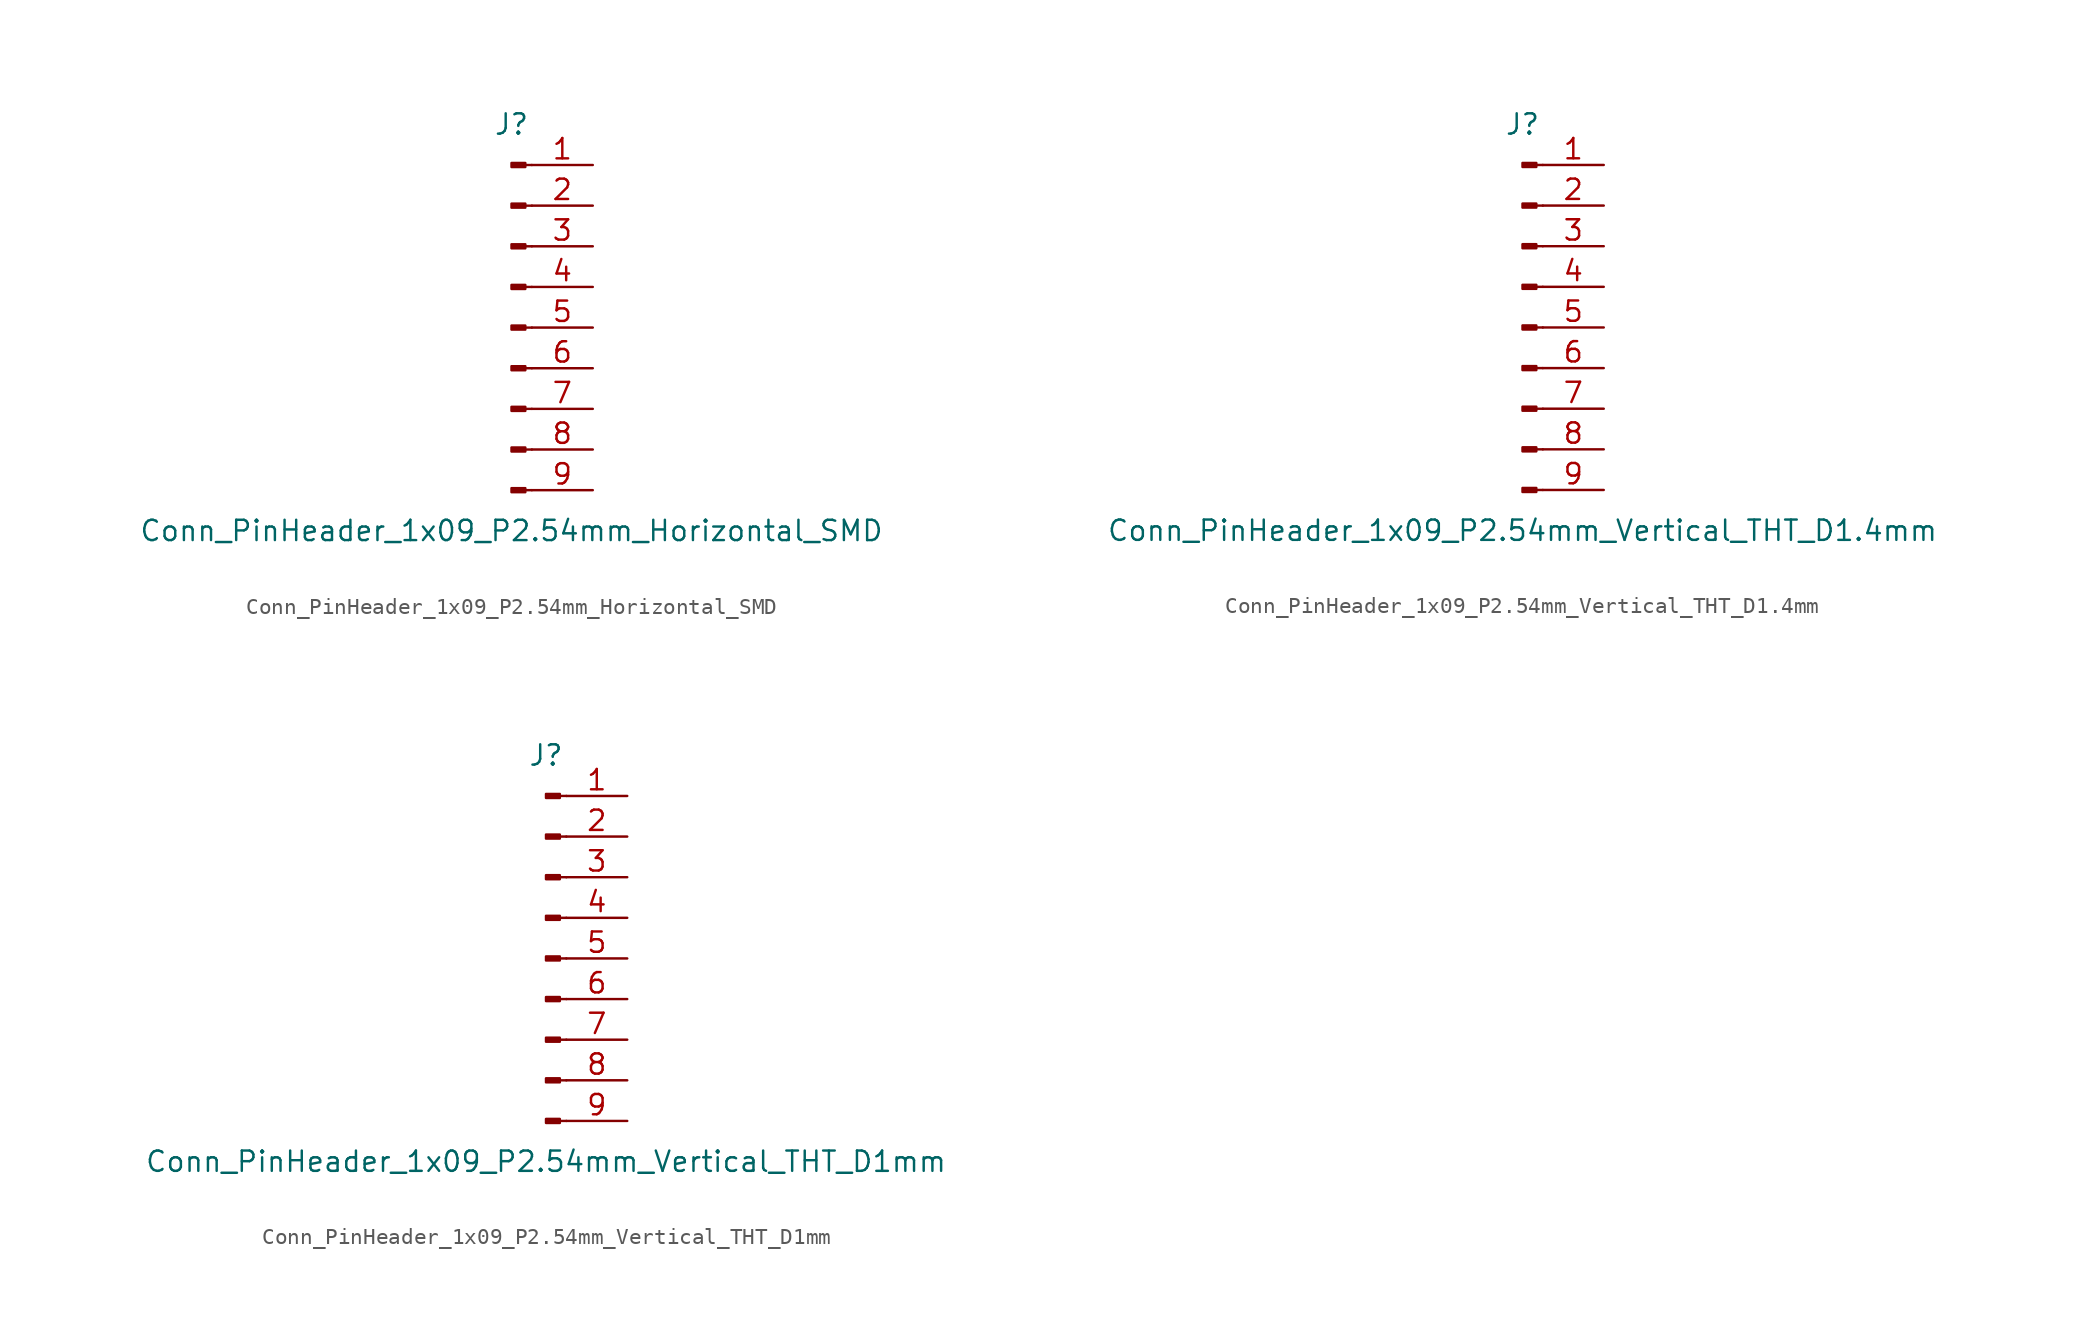
<source format=kicad_sym>
(kicad_symbol_lib
  (version 20211014)
  (generator kicad_symbol_editor)
  (symbol "Conn_PinHeader_1x09_P2.54mm_Horizontal_SMD"
    (pin_names
      (offset 1.016) hide)
    (property "Reference" "J"
      (at 0 12.7 0)
      (effects (font (size 1.27 1.27))))
    (property "Value" "Conn_PinHeader_1x09_P2.54mm_Horizontal_SMD"
      (at 0 -12.7 0)
      (effects (font (size 1.27 1.27))))
    (symbol "Conn_PinHeader_1x09_P2.54mm_Horizontal_SMD_1_1"
      (polyline (pts (xy 1.27 -10.16) (xy 0.864 -10.16)) (stroke (width 0.152) (type default) (color 0 0 0 0)) (fill (type none)))
      (polyline (pts (xy 1.27 -7.62) (xy 0.864 -7.62)) (stroke (width 0.152) (type default) (color 0 0 0 0)) (fill (type none)))
      (polyline (pts (xy 1.27 -5.08) (xy 0.864 -5.08)) (stroke (width 0.152) (type default) (color 0 0 0 0)) (fill (type none)))
      (polyline (pts (xy 1.27 -2.54) (xy 0.864 -2.54)) (stroke (width 0.152) (type default) (color 0 0 0 0)) (fill (type none)))
      (polyline (pts (xy 1.27 0) (xy 0.864 0)) (stroke (width 0.152) (type default) (color 0 0 0 0)) (fill (type none)))
      (polyline (pts (xy 1.27 2.54) (xy 0.864 2.54)) (stroke (width 0.152) (type default) (color 0 0 0 0)) (fill (type none)))
      (polyline (pts (xy 1.27 5.08) (xy 0.864 5.08)) (stroke (width 0.152) (type default) (color 0 0 0 0)) (fill (type none)))
      (polyline (pts (xy 1.27 7.62) (xy 0.864 7.62)) (stroke (width 0.152) (type default) (color 0 0 0 0)) (fill (type none)))
      (polyline (pts (xy 1.27 10.16) (xy 0.864 10.16)) (stroke (width 0.152) (type default) (color 0 0 0 0)) (fill (type none)))
      (rectangle (start 0.864 -10.033) (end 0 -10.287) (stroke (width 0.152) (type default) (color 0 0 0 0)) (fill (type outline)))
      (rectangle (start 0.864 -7.493) (end 0 -7.747) (stroke (width 0.152) (type default) (color 0 0 0 0)) (fill (type outline)))
      (rectangle (start 0.864 -4.953) (end 0 -5.207) (stroke (width 0.152) (type default) (color 0 0 0 0)) (fill (type outline)))
      (rectangle (start 0.864 -2.413) (end 0 -2.667) (stroke (width 0.152) (type default) (color 0 0 0 0)) (fill (type outline)))
      (rectangle (start 0.864 0.127) (end 0 -0.127) (stroke (width 0.152) (type default) (color 0 0 0 0)) (fill (type outline)))
      (rectangle (start 0.864 2.667) (end 0 2.413) (stroke (width 0.152) (type default) (color 0 0 0 0)) (fill (type outline)))
      (rectangle (start 0.864 5.207) (end 0 4.953) (stroke (width 0.152) (type default) (color 0 0 0 0)) (fill (type outline)))
      (rectangle (start 0.864 7.747) (end 0 7.493) (stroke (width 0.152) (type default) (color 0 0 0 0)) (fill (type outline)))
      (rectangle (start 0.864 10.287) (end 0 10.033) (stroke (width 0.152) (type default) (color 0 0 0 0)) (fill (type outline)))
      (pin passive line (at 5.08 10.16 180) (length 3.81) (name "Pin_1" (effects (font (size 1.27 1.27)))) (number "1" (effects (font (size 1.27 1.27)))))
      (pin passive line (at 5.08 7.62 180) (length 3.81) (name "Pin_2" (effects (font (size 1.27 1.27)))) (number "2" (effects (font (size 1.27 1.27)))))
      (pin passive line (at 5.08 5.08 180) (length 3.81) (name "Pin_3" (effects (font (size 1.27 1.27)))) (number "3" (effects (font (size 1.27 1.27)))))
      (pin passive line (at 5.08 2.54 180) (length 3.81) (name "Pin_4" (effects (font (size 1.27 1.27)))) (number "4" (effects (font (size 1.27 1.27)))))
      (pin passive line (at 5.08 0 180) (length 3.81) (name "Pin_5" (effects (font (size 1.27 1.27)))) (number "5" (effects (font (size 1.27 1.27)))))
      (pin passive line (at 5.08 -2.54 180) (length 3.81) (name "Pin_6" (effects (font (size 1.27 1.27)))) (number "6" (effects (font (size 1.27 1.27)))))
      (pin passive line (at 5.08 -5.08 180) (length 3.81) (name "Pin_7" (effects (font (size 1.27 1.27)))) (number "7" (effects (font (size 1.27 1.27)))))
      (pin passive line (at 5.08 -7.62 180) (length 3.81) (name "Pin_8" (effects (font (size 1.27 1.27)))) (number "8" (effects (font (size 1.27 1.27)))))
      (pin passive line (at 5.08 -10.16 180) (length 3.81) (name "Pin_9" (effects (font (size 1.27 1.27)))) (number "9" (effects (font (size 1.27 1.27)))))))
  (symbol "Conn_PinHeader_1x09_P2.54mm_Vertical_THT_D1.4mm"
    (pin_names
      (offset 1.016) hide)
    (property "Reference" "J"
      (at 0 12.7 0)
      (effects (font (size 1.27 1.27))))
    (property "Value" "Conn_PinHeader_1x09_P2.54mm_Vertical_THT_D1.4mm"
      (at 0 -12.7 0)
      (effects (font (size 1.27 1.27))))
    (symbol "Conn_PinHeader_1x09_P2.54mm_Vertical_THT_D1.4mm_1_1"
      (polyline (pts (xy 1.27 -10.16) (xy 0.864 -10.16)) (stroke (width 0.152) (type default) (color 0 0 0 0)) (fill (type none)))
      (polyline (pts (xy 1.27 -7.62) (xy 0.864 -7.62)) (stroke (width 0.152) (type default) (color 0 0 0 0)) (fill (type none)))
      (polyline (pts (xy 1.27 -5.08) (xy 0.864 -5.08)) (stroke (width 0.152) (type default) (color 0 0 0 0)) (fill (type none)))
      (polyline (pts (xy 1.27 -2.54) (xy 0.864 -2.54)) (stroke (width 0.152) (type default) (color 0 0 0 0)) (fill (type none)))
      (polyline (pts (xy 1.27 0) (xy 0.864 0)) (stroke (width 0.152) (type default) (color 0 0 0 0)) (fill (type none)))
      (polyline (pts (xy 1.27 2.54) (xy 0.864 2.54)) (stroke (width 0.152) (type default) (color 0 0 0 0)) (fill (type none)))
      (polyline (pts (xy 1.27 5.08) (xy 0.864 5.08)) (stroke (width 0.152) (type default) (color 0 0 0 0)) (fill (type none)))
      (polyline (pts (xy 1.27 7.62) (xy 0.864 7.62)) (stroke (width 0.152) (type default) (color 0 0 0 0)) (fill (type none)))
      (polyline (pts (xy 1.27 10.16) (xy 0.864 10.16)) (stroke (width 0.152) (type default) (color 0 0 0 0)) (fill (type none)))
      (rectangle (start 0.864 -10.033) (end 0 -10.287) (stroke (width 0.152) (type default) (color 0 0 0 0)) (fill (type outline)))
      (rectangle (start 0.864 -7.493) (end 0 -7.747) (stroke (width 0.152) (type default) (color 0 0 0 0)) (fill (type outline)))
      (rectangle (start 0.864 -4.953) (end 0 -5.207) (stroke (width 0.152) (type default) (color 0 0 0 0)) (fill (type outline)))
      (rectangle (start 0.864 -2.413) (end 0 -2.667) (stroke (width 0.152) (type default) (color 0 0 0 0)) (fill (type outline)))
      (rectangle (start 0.864 0.127) (end 0 -0.127) (stroke (width 0.152) (type default) (color 0 0 0 0)) (fill (type outline)))
      (rectangle (start 0.864 2.667) (end 0 2.413) (stroke (width 0.152) (type default) (color 0 0 0 0)) (fill (type outline)))
      (rectangle (start 0.864 5.207) (end 0 4.953) (stroke (width 0.152) (type default) (color 0 0 0 0)) (fill (type outline)))
      (rectangle (start 0.864 7.747) (end 0 7.493) (stroke (width 0.152) (type default) (color 0 0 0 0)) (fill (type outline)))
      (rectangle (start 0.864 10.287) (end 0 10.033) (stroke (width 0.152) (type default) (color 0 0 0 0)) (fill (type outline)))
      (pin passive line (at 5.08 10.16 180) (length 3.81) (name "Pin_1" (effects (font (size 1.27 1.27)))) (number "1" (effects (font (size 1.27 1.27)))))
      (pin passive line (at 5.08 7.62 180) (length 3.81) (name "Pin_2" (effects (font (size 1.27 1.27)))) (number "2" (effects (font (size 1.27 1.27)))))
      (pin passive line (at 5.08 5.08 180) (length 3.81) (name "Pin_3" (effects (font (size 1.27 1.27)))) (number "3" (effects (font (size 1.27 1.27)))))
      (pin passive line (at 5.08 2.54 180) (length 3.81) (name "Pin_4" (effects (font (size 1.27 1.27)))) (number "4" (effects (font (size 1.27 1.27)))))
      (pin passive line (at 5.08 0 180) (length 3.81) (name "Pin_5" (effects (font (size 1.27 1.27)))) (number "5" (effects (font (size 1.27 1.27)))))
      (pin passive line (at 5.08 -2.54 180) (length 3.81) (name "Pin_6" (effects (font (size 1.27 1.27)))) (number "6" (effects (font (size 1.27 1.27)))))
      (pin passive line (at 5.08 -5.08 180) (length 3.81) (name "Pin_7" (effects (font (size 1.27 1.27)))) (number "7" (effects (font (size 1.27 1.27)))))
      (pin passive line (at 5.08 -7.62 180) (length 3.81) (name "Pin_8" (effects (font (size 1.27 1.27)))) (number "8" (effects (font (size 1.27 1.27)))))
      (pin passive line (at 5.08 -10.16 180) (length 3.81) (name "Pin_9" (effects (font (size 1.27 1.27)))) (number "9" (effects (font (size 1.27 1.27)))))))
  (symbol "Conn_PinHeader_1x09_P2.54mm_Vertical_THT_D1mm"
    (pin_names
      (offset 1.016) hide)
    (property "Reference" "J"
      (at 0 12.7 0)
      (effects (font (size 1.27 1.27))))
    (property "Value" "Conn_PinHeader_1x09_P2.54mm_Vertical_THT_D1mm"
      (at 0 -12.7 0)
      (effects (font (size 1.27 1.27))))
    (symbol "Conn_PinHeader_1x09_P2.54mm_Vertical_THT_D1mm_1_1"
      (polyline (pts (xy 1.27 -10.16) (xy 0.864 -10.16)) (stroke (width 0.152) (type default) (color 0 0 0 0)) (fill (type none)))
      (polyline (pts (xy 1.27 -7.62) (xy 0.864 -7.62)) (stroke (width 0.152) (type default) (color 0 0 0 0)) (fill (type none)))
      (polyline (pts (xy 1.27 -5.08) (xy 0.864 -5.08)) (stroke (width 0.152) (type default) (color 0 0 0 0)) (fill (type none)))
      (polyline (pts (xy 1.27 -2.54) (xy 0.864 -2.54)) (stroke (width 0.152) (type default) (color 0 0 0 0)) (fill (type none)))
      (polyline (pts (xy 1.27 0) (xy 0.864 0)) (stroke (width 0.152) (type default) (color 0 0 0 0)) (fill (type none)))
      (polyline (pts (xy 1.27 2.54) (xy 0.864 2.54)) (stroke (width 0.152) (type default) (color 0 0 0 0)) (fill (type none)))
      (polyline (pts (xy 1.27 5.08) (xy 0.864 5.08)) (stroke (width 0.152) (type default) (color 0 0 0 0)) (fill (type none)))
      (polyline (pts (xy 1.27 7.62) (xy 0.864 7.62)) (stroke (width 0.152) (type default) (color 0 0 0 0)) (fill (type none)))
      (polyline (pts (xy 1.27 10.16) (xy 0.864 10.16)) (stroke (width 0.152) (type default) (color 0 0 0 0)) (fill (type none)))
      (rectangle (start 0.864 -10.033) (end 0 -10.287) (stroke (width 0.152) (type default) (color 0 0 0 0)) (fill (type outline)))
      (rectangle (start 0.864 -7.493) (end 0 -7.747) (stroke (width 0.152) (type default) (color 0 0 0 0)) (fill (type outline)))
      (rectangle (start 0.864 -4.953) (end 0 -5.207) (stroke (width 0.152) (type default) (color 0 0 0 0)) (fill (type outline)))
      (rectangle (start 0.864 -2.413) (end 0 -2.667) (stroke (width 0.152) (type default) (color 0 0 0 0)) (fill (type outline)))
      (rectangle (start 0.864 0.127) (end 0 -0.127) (stroke (width 0.152) (type default) (color 0 0 0 0)) (fill (type outline)))
      (rectangle (start 0.864 2.667) (end 0 2.413) (stroke (width 0.152) (type default) (color 0 0 0 0)) (fill (type outline)))
      (rectangle (start 0.864 5.207) (end 0 4.953) (stroke (width 0.152) (type default) (color 0 0 0 0)) (fill (type outline)))
      (rectangle (start 0.864 7.747) (end 0 7.493) (stroke (width 0.152) (type default) (color 0 0 0 0)) (fill (type outline)))
      (rectangle (start 0.864 10.287) (end 0 10.033) (stroke (width 0.152) (type default) (color 0 0 0 0)) (fill (type outline)))
      (pin passive line (at 5.08 10.16 180) (length 3.81) (name "Pin_1" (effects (font (size 1.27 1.27)))) (number "1" (effects (font (size 1.27 1.27)))))
      (pin passive line (at 5.08 7.62 180) (length 3.81) (name "Pin_2" (effects (font (size 1.27 1.27)))) (number "2" (effects (font (size 1.27 1.27)))))
      (pin passive line (at 5.08 5.08 180) (length 3.81) (name "Pin_3" (effects (font (size 1.27 1.27)))) (number "3" (effects (font (size 1.27 1.27)))))
      (pin passive line (at 5.08 2.54 180) (length 3.81) (name "Pin_4" (effects (font (size 1.27 1.27)))) (number "4" (effects (font (size 1.27 1.27)))))
      (pin passive line (at 5.08 0 180) (length 3.81) (name "Pin_5" (effects (font (size 1.27 1.27)))) (number "5" (effects (font (size 1.27 1.27)))))
      (pin passive line (at 5.08 -2.54 180) (length 3.81) (name "Pin_6" (effects (font (size 1.27 1.27)))) (number "6" (effects (font (size 1.27 1.27)))))
      (pin passive line (at 5.08 -5.08 180) (length 3.81) (name "Pin_7" (effects (font (size 1.27 1.27)))) (number "7" (effects (font (size 1.27 1.27)))))
      (pin passive line (at 5.08 -7.62 180) (length 3.81) (name "Pin_8" (effects (font (size 1.27 1.27)))) (number "8" (effects (font (size 1.27 1.27)))))
      (pin passive line (at 5.08 -10.16 180) (length 3.81) (name "Pin_9" (effects (font (size 1.27 1.27)))) (number "9" (effects (font (size 1.27 1.27))))))))
</source>
